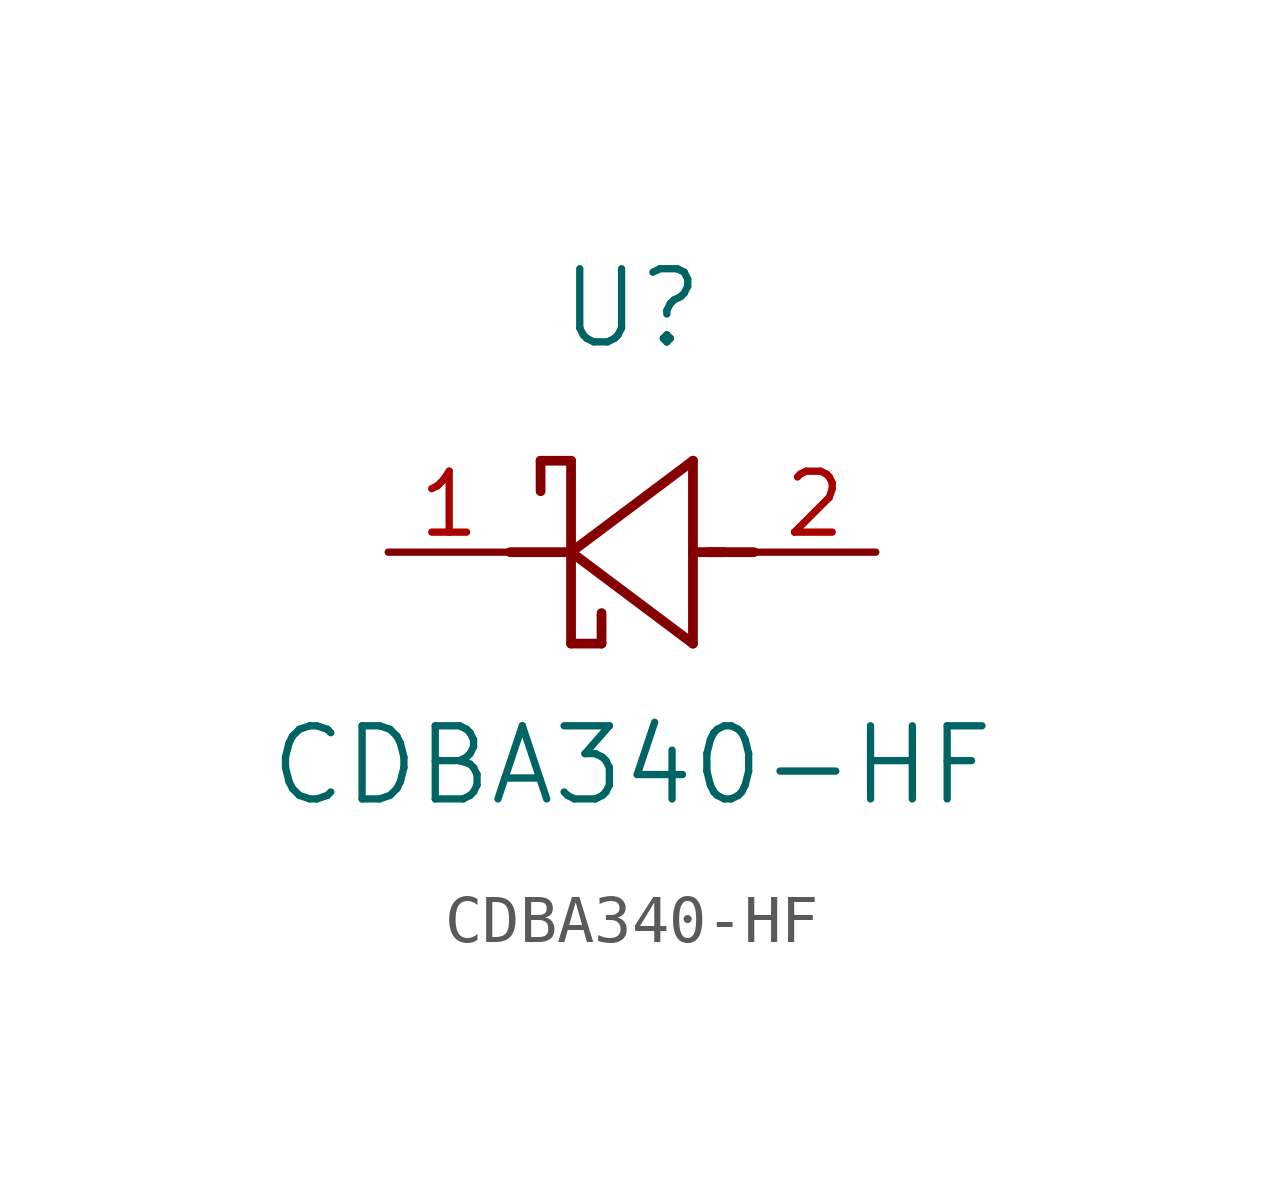
<source format=kicad_sym>
(kicad_symbol_lib
  (version 20211014)
  (generator kicad_symbol_editor)
  (symbol "CDBA340-HF"
    (pin_names
      (offset 0.254))
    (property "Reference" "U"
      (at 5.08 5.08 0)
      (effects (font (size 1.524 1.524))))
    (property "Value" "CDBA340-HF"
      (at 5.08 -4.445 0)
      (effects (font (size 1.524 1.524))))
    (symbol "CDBA340-HF_0_1"
      (polyline (pts (xy 7.62 0) (xy 6.68 0)) (stroke (width 0.203) (type default) (color 0 0 0 0)) (fill (type none)))
      (polyline (pts (xy 6.35 -1.905) (xy 6.35 1.905)) (stroke (width 0.203) (type default) (color 0 0 0 0)) (fill (type none)))
      (polyline (pts (xy 6.985 0) (xy 6.35 0)) (stroke (width 0.203) (type default) (color 0 0 0 0)) (fill (type none)))
      (polyline (pts (xy 3.81 1.905) (xy 3.81 -1.905)) (stroke (width 0.203) (type default) (color 0 0 0 0)) (fill (type none)))
      (polyline (pts (xy 3.81 0) (xy 2.54 0)) (stroke (width 0.203) (type default) (color 0 0 0 0)) (fill (type none)))
      (polyline (pts (xy 3.81 0) (xy 6.35 -1.905)) (stroke (width 0.203) (type default) (color 0 0 0 0)) (fill (type none)))
      (polyline (pts (xy 6.35 1.905) (xy 3.81 0)) (stroke (width 0.203) (type default) (color 0 0 0 0)) (fill (type none)))
      (polyline (pts (xy 4.445 -1.905) (xy 3.81 -1.905)) (stroke (width 0.203) (type default) (color 0 0 0 0)) (fill (type none)))
      (polyline (pts (xy 3.175 1.905) (xy 3.175 1.27)) (stroke (width 0.203) (type default) (color 0 0 0 0)) (fill (type none)))
      (polyline (pts (xy 3.175 1.905) (xy 3.81 1.905)) (stroke (width 0.203) (type default) (color 0 0 0 0)) (fill (type none)))
      (polyline (pts (xy 4.445 -1.905) (xy 4.445 -1.27)) (stroke (width 0.203) (type default) (color 0 0 0 0)) (fill (type none)))
      (pin unspecified line (at 0 0 0) (length 2.54) (name "" (effects (font (size 1.27 1.27)))) (number "1" (effects (font (size 1.27 1.27)))))
      (pin unspecified line (at 10.16 0 180) (length 2.54) (name "" (effects (font (size 1.27 1.27)))) (number "2" (effects (font (size 1.27 1.27))))))))
</source>
